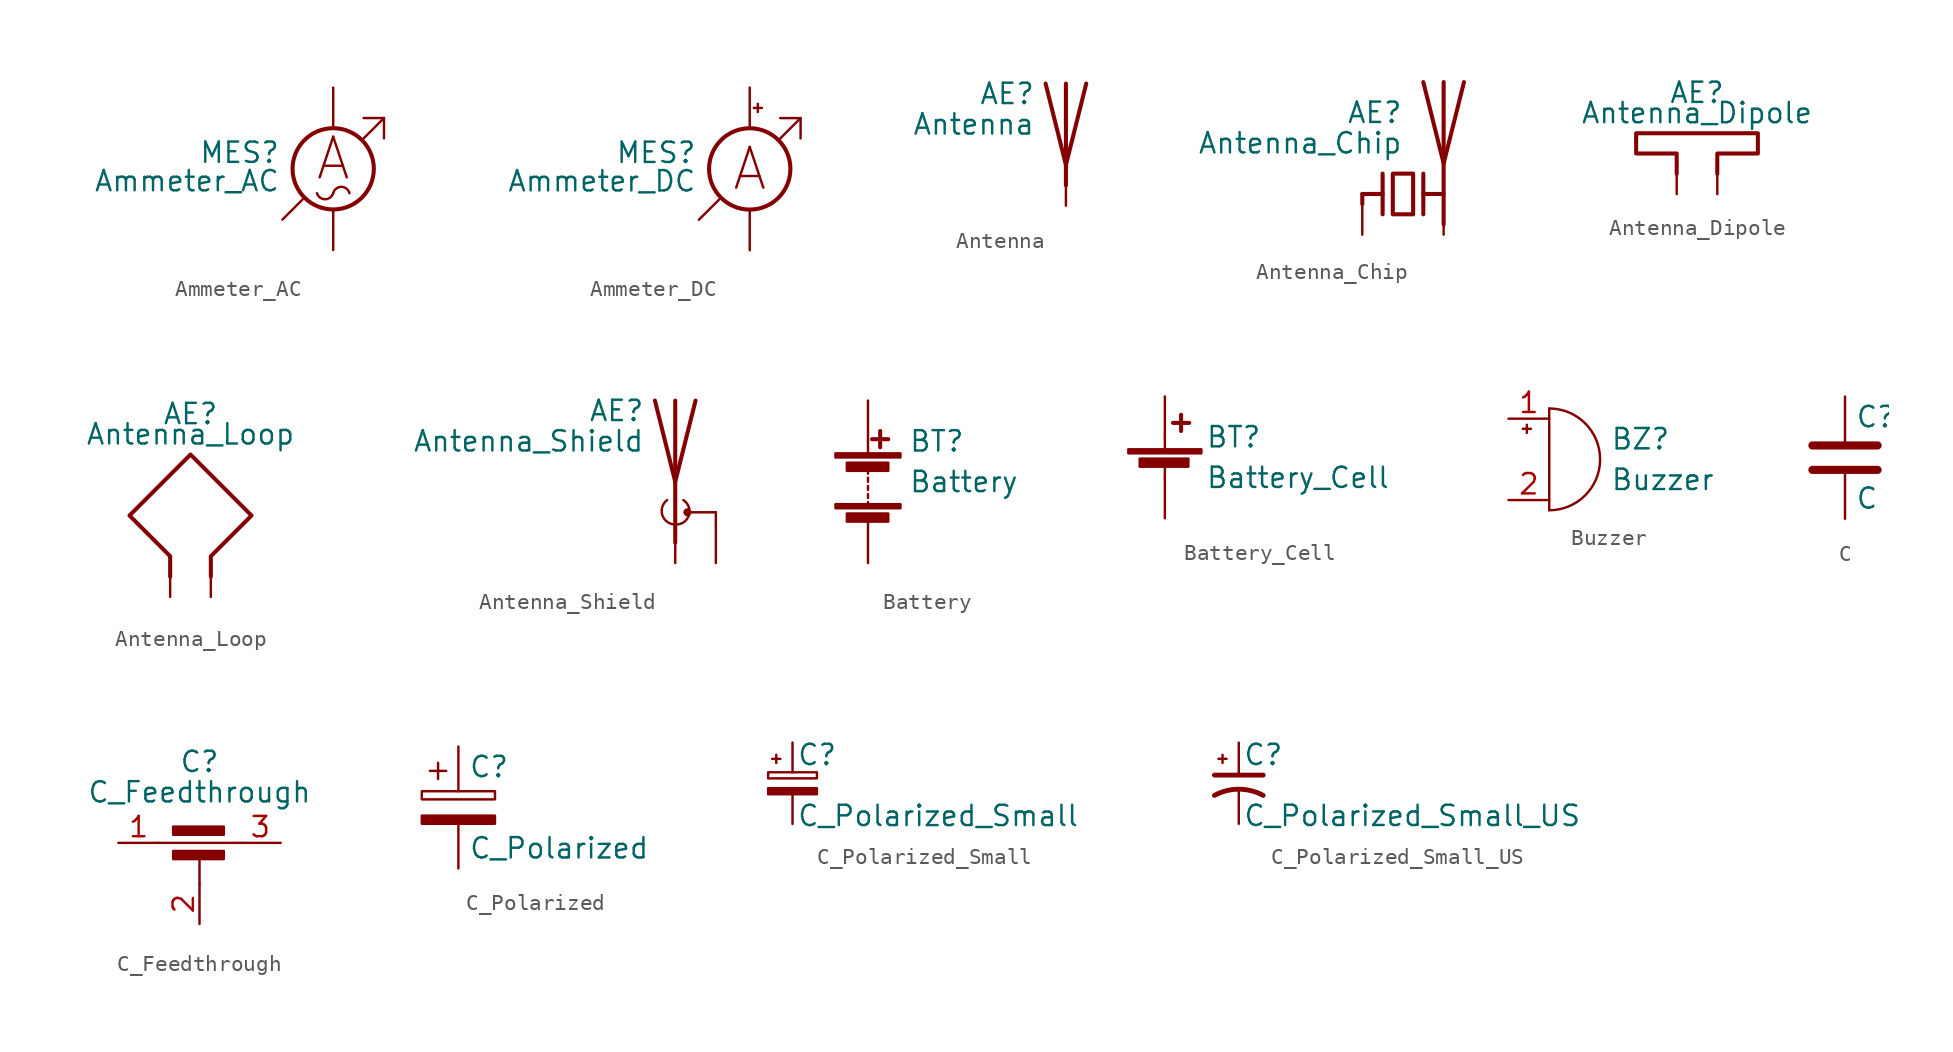
<source format=kicad_sym>
(kicad_symbol_lib
  (version 20241209)
  (generator "kicad_symbol_editor")
  (generator_version "9.0")
  (symbol "Ammeter_AC"
    (pin_numbers
      (hide yes))
    (pin_names
      (offset 0.025)
      (hide yes))
    (property "Reference" "MES"
      (at -3.302 1.016 0)
      (effects (font (size 1.27 1.27)) (justify right)))
    (property "Value" "Ammeter_AC"
      (at -3.302 -0.762 0)
      (effects (font (size 1.27 1.27)) (justify right)))
    (symbol "Ammeter_AC_0_0"
      (polyline (pts (xy -3.175 -3.175) (xy -1.905 -1.905)) (stroke (width 0) (type solid)) (fill (type none)))
      (polyline (pts (xy 1.905 3.175) (xy 3.175 3.175) (xy 3.175 1.905)) (stroke (width 0) (type solid)) (fill (type none)))
      (polyline (pts (xy 1.905 1.905) (xy 3.175 3.175)) (stroke (width 0) (type solid)) (fill (type none)))
      (text "A" (at 0 0.635 0) (effects (font (size 2.54 2.54)))))
    (symbol "Ammeter_AC_0_1"
      (arc (start 0 -1.524) (mid -0.508 -1.902) (end -1.016 -1.524) (stroke (width 0) (type solid)) (fill (type none)))
      (circle (center 0 0) (radius 2.54) (stroke (width 0.254) (type solid)) (fill (type none)))
      (arc (start 0 -1.524) (mid 0.508 -1.1274) (end 1.016 -1.524) (stroke (width 0) (type solid)) (fill (type none))))
    (symbol "Ammeter_AC_1_1"
      (pin passive line (at 0 5.08 270) (length 2.54) (name "~" (effects (font (size 1.27 1.27)))) (number "2" (effects (font (size 1.27 1.27)))))
      (pin passive line (at 0 -5.08 90) (length 2.54) (name "~" (effects (font (size 1.27 1.27)))) (number "1" (effects (font (size 1.27 1.27)))))))
  (symbol "Ammeter_DC"
    (pin_numbers
      (hide yes))
    (pin_names
      (offset 0.025)
      (hide yes))
    (property "Reference" "MES"
      (at -3.302 1.016 0)
      (effects (font (size 1.27 1.27)) (justify right)))
    (property "Value" "Ammeter_DC"
      (at -3.302 -0.762 0)
      (effects (font (size 1.27 1.27)) (justify right)))
    (symbol "Ammeter_DC_0_0"
      (polyline (pts (xy -3.175 -3.175) (xy -1.905 -1.905)) (stroke (width 0) (type solid)) (fill (type none)))
      (polyline (pts (xy 1.905 3.175) (xy 3.175 3.175) (xy 3.175 1.905)) (stroke (width 0) (type solid)) (fill (type none)))
      (polyline (pts (xy 1.905 1.905) (xy 3.175 3.175)) (stroke (width 0) (type solid)) (fill (type none)))
      (text "A" (at 0 0 0) (effects (font (size 2.54 2.54)))))
    (symbol "Ammeter_DC_0_1"
      (circle (center 0 0) (radius 2.54) (stroke (width 0.254) (type solid)) (fill (type none)))
      (polyline (pts (xy 0.254 3.81) (xy 0.762 3.81)) (stroke (width 0) (type solid)) (fill (type none)))
      (polyline (pts (xy 0.508 4.064) (xy 0.508 3.556)) (stroke (width 0) (type solid)) (fill (type none))))
    (symbol "Ammeter_DC_1_1"
      (pin passive line (at 0 5.08 270) (length 2.54) (name "+" (effects (font (size 1.27 1.27)))) (number "2" (effects (font (size 1.27 1.27)))))
      (pin passive line (at 0 -5.08 90) (length 2.54) (name "-" (effects (font (size 1.27 1.27)))) (number "1" (effects (font (size 1.27 1.27)))))))
  (symbol "Antenna"
    (pin_numbers
      (hide yes))
    (pin_names
      (offset 1.016)
      (hide yes))
    (property "Reference" "AE"
      (at -1.905 1.905 0)
      (effects (font (size 1.27 1.27)) (justify right)))
    (property "Value" "Antenna"
      (at -1.905 0 0)
      (effects (font (size 1.27 1.27)) (justify right)))
    (symbol "Antenna_0_1"
      (polyline (pts (xy 0 2.54) (xy 0 -3.81)) (stroke (width 0.254) (type solid)) (fill (type none)))
      (polyline (pts (xy 1.27 2.54) (xy 0 -2.54) (xy -1.27 2.54)) (stroke (width 0.254) (type solid)) (fill (type none))))
    (symbol "Antenna_1_1"
      (pin input line (at 0 -5.08 90) (length 2.54) (name "A" (effects (font (size 1.27 1.27)))) (number "1" (effects (font (size 1.27 1.27)))))))
  (symbol "Antenna_Chip"
    (pin_numbers
      (hide yes))
    (pin_names
      (offset 1.016)
      (hide yes))
    (property "Reference" "AE"
      (at 0 5.08 0)
      (effects (font (size 1.27 1.27)) (justify right)))
    (property "Value" "Antenna_Chip"
      (at 0 3.175 0)
      (effects (font (size 1.27 1.27)) (justify right)))
    (symbol "Antenna_Chip_0_1"
      (polyline (pts (xy -2.54 0) (xy -2.54 -0.635)) (stroke (width 0.254) (type solid)) (fill (type none)))
      (polyline (pts (xy -2.54 0) (xy -1.27 0)) (stroke (width 0.254) (type solid)) (fill (type none)))
      (polyline (pts (xy -1.27 1.27) (xy -1.27 -1.27) (xy -1.27 0)) (stroke (width 0.254) (type solid)) (fill (type none)))
      (polyline (pts (xy -0.635 1.27) (xy 0.635 1.27) (xy 0.635 -1.27) (xy -0.635 -1.27) (xy -0.635 1.27)) (stroke (width 0.254) (type solid)) (fill (type none)))
      (polyline (pts (xy 1.27 1.27) (xy 1.27 -1.27)) (stroke (width 0.254) (type solid)) (fill (type none)))
      (polyline (pts (xy 1.27 0) (xy 2.54 0)) (stroke (width 0.254) (type solid)) (fill (type none)))
      (polyline (pts (xy 2.54 6.985) (xy 2.54 -1.905)) (stroke (width 0.254) (type solid)) (fill (type none)))
      (polyline (pts (xy 2.54 -0.635) (xy 2.54 0)) (stroke (width 0) (type solid)) (fill (type none)))
      (polyline (pts (xy 3.81 6.985) (xy 2.54 1.905) (xy 1.27 6.985)) (stroke (width 0.254) (type solid)) (fill (type none))))
    (symbol "Antenna_Chip_1_1"
      (pin input line (at -2.54 -2.54 90) (length 2.54) (name "FEED" (effects (font (size 1.27 1.27)))) (number "1" (effects (font (size 1.27 1.27)))))
      (pin passive line (at 2.54 -2.54 90) (length 2.54) (name "PCB_Trace" (effects (font (size 1.27 1.27)))) (number "2" (effects (font (size 1.27 1.27)))))))
  (symbol "Antenna_Dipole"
    (pin_numbers
      (hide yes))
    (pin_names
      (offset 1.016)
      (hide yes))
    (property "Reference" "AE"
      (at 1.27 1.27 0)
      (effects (font (size 1.27 1.27))))
    (property "Value" "Antenna_Dipole"
      (at 1.27 0 0)
      (effects (font (size 1.27 1.27))))
    (symbol "Antenna_Dipole_0_1"
      (polyline (pts (xy 2.54 -3.81) (xy 2.54 -2.54) (xy 5.08 -2.54) (xy 5.08 -1.27) (xy -2.54 -1.27) (xy -2.54 -2.54) (xy 0 -2.54) (xy 0 -3.81)) (stroke (width 0.254) (type solid)) (fill (type none))))
    (symbol "Antenna_Dipole_1_1"
      (pin input line (at 0 -5.08 90) (length 2.54) (name "~" (effects (font (size 1.27 1.27)))) (number "1" (effects (font (size 1.27 1.27)))))
      (pin input line (at 2.54 -5.08 90) (length 2.54) (name "~" (effects (font (size 1.27 1.27)))) (number "2" (effects (font (size 1.27 1.27)))))))
  (symbol "Antenna_Loop"
    (pin_numbers
      (hide yes))
    (pin_names
      (offset 1.016)
      (hide yes))
    (property "Reference" "AE"
      (at 1.27 6.35 0)
      (effects (font (size 1.27 1.27))))
    (property "Value" "Antenna_Loop"
      (at 1.27 5.08 0)
      (effects (font (size 1.27 1.27))))
    (symbol "Antenna_Loop_0_1"
      (polyline (pts (xy 2.54 -3.81) (xy 2.54 -2.54) (xy 5.08 0) (xy 1.27 3.81) (xy -2.54 0) (xy 0 -2.54) (xy 0 -3.81)) (stroke (width 0.254) (type solid)) (fill (type none))))
    (symbol "Antenna_Loop_1_1"
      (pin input line (at 0 -5.08 90) (length 2.54) (name "~" (effects (font (size 1.27 1.27)))) (number "1" (effects (font (size 1.27 1.27)))))
      (pin input line (at 2.54 -5.08 90) (length 2.54) (name "~" (effects (font (size 1.27 1.27)))) (number "2" (effects (font (size 1.27 1.27)))))))
  (symbol "Antenna_Shield"
    (pin_numbers
      (hide yes))
    (pin_names
      (offset 1.016)
      (hide yes))
    (property "Reference" "AE"
      (at -1.905 4.445 0)
      (effects (font (size 1.27 1.27)) (justify right)))
    (property "Value" "Antenna_Shield"
      (at -1.905 2.54 0)
      (effects (font (size 1.27 1.27)) (justify right)))
    (symbol "Antenna_Shield_0_1"
      (arc (start 0 -2.667) (mid -0.7989 -2.1052) (end -0.508 -1.143) (stroke (width 0) (type solid)) (fill (type none)))
      (polyline (pts (xy 0 5.08) (xy 0 -3.81)) (stroke (width 0.254) (type solid)) (fill (type none)))
      (polyline (pts (xy 0 -2.54) (xy 0 0)) (stroke (width 0) (type solid)) (fill (type none)))
      (arc (start 0.508 -1.143) (mid 0.8429 -2.1194) (end 0 -2.667) (stroke (width 0) (type solid)) (fill (type none)))
      (polyline (pts (xy 0.762 -1.905) (xy 2.54 -1.905)) (stroke (width 0) (type solid)) (fill (type none)))
      (circle (center 0.762 -1.905) (radius 0.178) (stroke (width 0) (type solid)) (fill (type outline)))
      (polyline (pts (xy 1.27 5.08) (xy 0 0) (xy -1.27 5.08)) (stroke (width 0.254) (type solid)) (fill (type none)))
      (polyline (pts (xy 2.54 -2.54) (xy 2.54 -1.905)) (stroke (width 0) (type solid)) (fill (type none))))
    (symbol "Antenna_Shield_1_1"
      (pin input line (at 0 -5.08 90) (length 2.54) (name "A" (effects (font (size 1.27 1.27)))) (number "1" (effects (font (size 1.27 1.27)))))
      (pin input line (at 2.54 -5.08 90) (length 2.54) (name "Shield" (effects (font (size 1.27 1.27)))) (number "2" (effects (font (size 1.27 1.27)))))))
  (symbol "Battery"
    (pin_numbers
      (hide yes))
    (pin_names
      (offset 0)
      (hide yes))
    (property "Reference" "BT"
      (at 2.54 2.54 0)
      (effects (font (size 1.27 1.27)) (justify left)))
    (property "Value" "Battery"
      (at 2.54 0 0)
      (effects (font (size 1.27 1.27)) (justify left)))
    (symbol "Battery_0_1"
      (rectangle (start -2.032 1.778) (end 2.032 1.524) (stroke (width 0) (type solid)) (fill (type outline)))
      (rectangle (start -2.032 -1.397) (end 2.032 -1.651) (stroke (width 0) (type solid)) (fill (type outline)))
      (rectangle (start -1.321 1.194) (end 1.27 0.686) (stroke (width 0) (type solid)) (fill (type outline)))
      (rectangle (start -1.321 -1.981) (end 1.27 -2.489) (stroke (width 0) (type solid)) (fill (type outline)))
      (polyline (pts (xy 0 1.778) (xy 0 2.54)) (stroke (width 0) (type solid)) (fill (type none)))
      (polyline (pts (xy 0 0.508) (xy 0 0.762)) (stroke (width 0) (type solid)) (fill (type none)))
      (polyline (pts (xy 0 0) (xy 0 0.254)) (stroke (width 0) (type solid)) (fill (type none)))
      (polyline (pts (xy 0 -0.508) (xy 0 -0.254)) (stroke (width 0) (type solid)) (fill (type none)))
      (polyline (pts (xy 0 -1.016) (xy 0 -0.762)) (stroke (width 0) (type solid)) (fill (type none)))
      (polyline (pts (xy 0 -1.524) (xy 0 -1.27)) (stroke (width 0) (type solid)) (fill (type none)))
      (polyline (pts (xy 0.254 2.667) (xy 1.27 2.667)) (stroke (width 0.254) (type solid)) (fill (type none)))
      (polyline (pts (xy 0.762 3.175) (xy 0.762 2.159)) (stroke (width 0.254) (type solid)) (fill (type none))))
    (symbol "Battery_1_1"
      (pin passive line (at 0 5.08 270) (length 2.54) (name "+" (effects (font (size 1.27 1.27)))) (number "1" (effects (font (size 1.27 1.27)))))
      (pin passive line (at 0 -5.08 90) (length 2.54) (name "-" (effects (font (size 1.27 1.27)))) (number "2" (effects (font (size 1.27 1.27)))))))
  (symbol "Battery_Cell"
    (pin_numbers
      (hide yes))
    (pin_names
      (offset 0)
      (hide yes))
    (property "Reference" "BT"
      (at 2.54 2.54 0)
      (effects (font (size 1.27 1.27)) (justify left)))
    (property "Value" "Battery_Cell"
      (at 2.54 0 0)
      (effects (font (size 1.27 1.27)) (justify left)))
    (symbol "Battery_Cell_0_1"
      (rectangle (start -2.286 1.778) (end 2.286 1.524) (stroke (width 0) (type solid)) (fill (type outline)))
      (rectangle (start -1.575 1.194) (end 1.473 0.686) (stroke (width 0) (type solid)) (fill (type outline)))
      (polyline (pts (xy 0 1.778) (xy 0 2.54)) (stroke (width 0) (type solid)) (fill (type none)))
      (polyline (pts (xy 0 0.762) (xy 0 0)) (stroke (width 0) (type solid)) (fill (type none)))
      (polyline (pts (xy 0.508 3.429) (xy 1.524 3.429)) (stroke (width 0.254) (type solid)) (fill (type none)))
      (polyline (pts (xy 1.016 3.937) (xy 1.016 2.921)) (stroke (width 0.254) (type solid)) (fill (type none))))
    (symbol "Battery_Cell_1_1"
      (pin passive line (at 0 5.08 270) (length 2.54) (name "+" (effects (font (size 1.27 1.27)))) (number "1" (effects (font (size 1.27 1.27)))))
      (pin passive line (at 0 -2.54 90) (length 2.54) (name "-" (effects (font (size 1.27 1.27)))) (number "2" (effects (font (size 1.27 1.27)))))))
  (symbol "Buzzer"
    (pin_names
      (offset 0.025)
      (hide yes))
    (property "Reference" "BZ"
      (at 3.81 1.27 0)
      (effects (font (size 1.27 1.27)) (justify left)))
    (property "Value" "Buzzer"
      (at 3.81 -1.27 0)
      (effects (font (size 1.27 1.27)) (justify left)))
    (symbol "Buzzer_0_1"
      (polyline (pts (xy -1.651 1.905) (xy -1.143 1.905)) (stroke (width 0) (type solid)) (fill (type none)))
      (polyline (pts (xy -1.397 2.159) (xy -1.397 1.651)) (stroke (width 0) (type solid)) (fill (type none)))
      (polyline (pts (xy 0 3.175) (xy 0 -3.175)) (stroke (width 0) (type solid)) (fill (type none)))
      (arc (start 0 3.175) (mid 3.175 0) (end 0 -3.175) (stroke (width 0) (type solid)) (fill (type none))))
    (symbol "Buzzer_1_1"
      (pin passive line (at -2.54 2.54 0) (length 2.54) (name "-" (effects (font (size 1.27 1.27)))) (number "1" (effects (font (size 1.27 1.27)))))
      (pin passive line (at -2.54 -2.54 0) (length 2.54) (name "+" (effects (font (size 1.27 1.27)))) (number "2" (effects (font (size 1.27 1.27)))))))
  (symbol "C"
    (pin_numbers
      (hide yes))
    (pin_names
      (offset 0.254))
    (property "Reference" "C"
      (at 0.635 2.54 0)
      (effects (font (size 1.27 1.27)) (justify left)))
    (property "Value" "C"
      (at 0.635 -2.54 0)
      (effects (font (size 1.27 1.27)) (justify left)))
    (symbol "C_0_1"
      (polyline (pts (xy -2.032 0.762) (xy 2.032 0.762)) (stroke (width 0.508) (type solid)) (fill (type none)))
      (polyline (pts (xy -2.032 -0.762) (xy 2.032 -0.762)) (stroke (width 0.508) (type solid)) (fill (type none))))
    (symbol "C_1_1"
      (pin passive line (at 0 3.81 270) (length 2.794) (name "~" (effects (font (size 1.27 1.27)))) (number "1" (effects (font (size 1.27 1.27)))))
      (pin passive line (at 0 -3.81 90) (length 2.794) (name "~" (effects (font (size 1.27 1.27)))) (number "2" (effects (font (size 1.27 1.27)))))))
  (symbol "C_Feedthrough"
    (pin_names
      (offset 0.254)
      (hide yes))
    (property "Reference" "C"
      (at 0 7.62 0)
      (effects (font (size 1.27 1.27))))
    (property "Value" "C_Feedthrough"
      (at 0 5.715 0)
      (effects (font (size 1.27 1.27))))
    (symbol "C_Feedthrough_0_1"
      (polyline (pts (xy -2.54 2.54) (xy 2.54 2.54)) (stroke (width 0) (type solid)) (fill (type none)))
      (rectangle (start -1.651 1.524) (end 1.524 2.032) (stroke (width 0) (type solid)) (fill (type outline)))
      (polyline (pts (xy 0 0) (xy 0 1.778)) (stroke (width 0) (type solid)) (fill (type none)))
      (rectangle (start 1.524 3.048) (end -1.651 3.556) (stroke (width 0) (type solid)) (fill (type outline))))
    (symbol "C_Feedthrough_1_1"
      (pin passive line (at -5.08 2.54 0) (length 2.54) (name "1" (effects (font (size 1.27 1.27)))) (number "1" (effects (font (size 1.27 1.27)))))
      (pin passive line (at 0 -2.54 90) (length 2.54) (name "2" (effects (font (size 1.27 1.27)))) (number "2" (effects (font (size 1.27 1.27)))))
      (pin passive line (at 5.08 2.54 180) (length 2.54) (name "3" (effects (font (size 1.27 1.27)))) (number "3" (effects (font (size 1.27 1.27)))))))
  (symbol "C_Polarized"
    (pin_numbers
      (hide yes))
    (pin_names
      (offset 0.254))
    (property "Reference" "C"
      (at 0.635 2.54 0)
      (effects (font (size 1.27 1.27)) (justify left)))
    (property "Value" "C_Polarized"
      (at 0.635 -2.54 0)
      (effects (font (size 1.27 1.27)) (justify left)))
    (symbol "C_Polarized_0_1"
      (rectangle (start -2.286 0.508) (end 2.286 1.016) (stroke (width 0) (type solid)) (fill (type none)))
      (polyline (pts (xy -1.778 2.286) (xy -0.762 2.286)) (stroke (width 0) (type solid)) (fill (type none)))
      (polyline (pts (xy -1.27 2.794) (xy -1.27 1.778)) (stroke (width 0) (type solid)) (fill (type none)))
      (rectangle (start 2.286 -0.508) (end -2.286 -1.016) (stroke (width 0) (type solid)) (fill (type outline))))
    (symbol "C_Polarized_1_1"
      (pin passive line (at 0 3.81 270) (length 2.794) (name "~" (effects (font (size 1.27 1.27)))) (number "1" (effects (font (size 1.27 1.27)))))
      (pin passive line (at 0 -3.81 90) (length 2.794) (name "~" (effects (font (size 1.27 1.27)))) (number "2" (effects (font (size 1.27 1.27)))))))
  (symbol "C_Polarized_Small"
    (pin_numbers
      (hide yes))
    (pin_names
      (offset 0.254)
      (hide yes))
    (property "Reference" "C"
      (at 0.254 1.778 0)
      (effects (font (size 1.27 1.27)) (justify left)))
    (property "Value" "C_Polarized_Small"
      (at 0.254 -2.032 0)
      (effects (font (size 1.27 1.27)) (justify left)))
    (symbol "C_Polarized_Small_0_1"
      (rectangle (start -1.524 0.686) (end 1.524 0.305) (stroke (width 0) (type solid)) (fill (type none)))
      (rectangle (start -1.524 -0.305) (end 1.524 -0.686) (stroke (width 0) (type solid)) (fill (type outline)))
      (polyline (pts (xy -1.27 1.524) (xy -0.762 1.524)) (stroke (width 0) (type solid)) (fill (type none)))
      (polyline (pts (xy -1.016 1.27) (xy -1.016 1.778)) (stroke (width 0) (type solid)) (fill (type none))))
    (symbol "C_Polarized_Small_1_1"
      (pin passive line (at 0 2.54 270) (length 1.854) (name "~" (effects (font (size 1.27 1.27)))) (number "1" (effects (font (size 1.27 1.27)))))
      (pin passive line (at 0 -2.54 90) (length 1.854) (name "~" (effects (font (size 1.27 1.27)))) (number "2" (effects (font (size 1.27 1.27)))))))
  (symbol "C_Polarized_Small_US"
    (pin_numbers
      (hide yes))
    (pin_names
      (offset 0.254)
      (hide yes))
    (property "Reference" "C"
      (at 0.254 1.778 0)
      (effects (font (size 1.27 1.27)) (justify left)))
    (property "Value" "C_Polarized_Small_US"
      (at 0.254 -2.032 0)
      (effects (font (size 1.27 1.27)) (justify left)))
    (symbol "C_Polarized_Small_US_0_1"
      (polyline (pts (xy -1.524 0.508) (xy 1.524 0.508)) (stroke (width 0.305) (type solid)) (fill (type none)))
      (polyline (pts (xy -1.27 1.524) (xy -0.762 1.524)) (stroke (width 0) (type solid)) (fill (type none)))
      (polyline (pts (xy -1.016 1.27) (xy -1.016 1.778)) (stroke (width 0) (type solid)) (fill (type none)))
      (arc (start -1.524 -0.762) (mid 0 -0.3734) (end 1.524 -0.762) (stroke (width 0.3048) (type solid)) (fill (type none))))
    (symbol "C_Polarized_Small_US_1_1"
      (pin passive line (at 0 2.54 270) (length 2.032) (name "~" (effects (font (size 1.27 1.27)))) (number "1" (effects (font (size 1.27 1.27)))))
      (pin passive line (at 0 -2.54 90) (length 2.032) (name "~" (effects (font (size 1.27 1.27)))) (number "2" (effects (font (size 1.27 1.27))))))))
</source>
